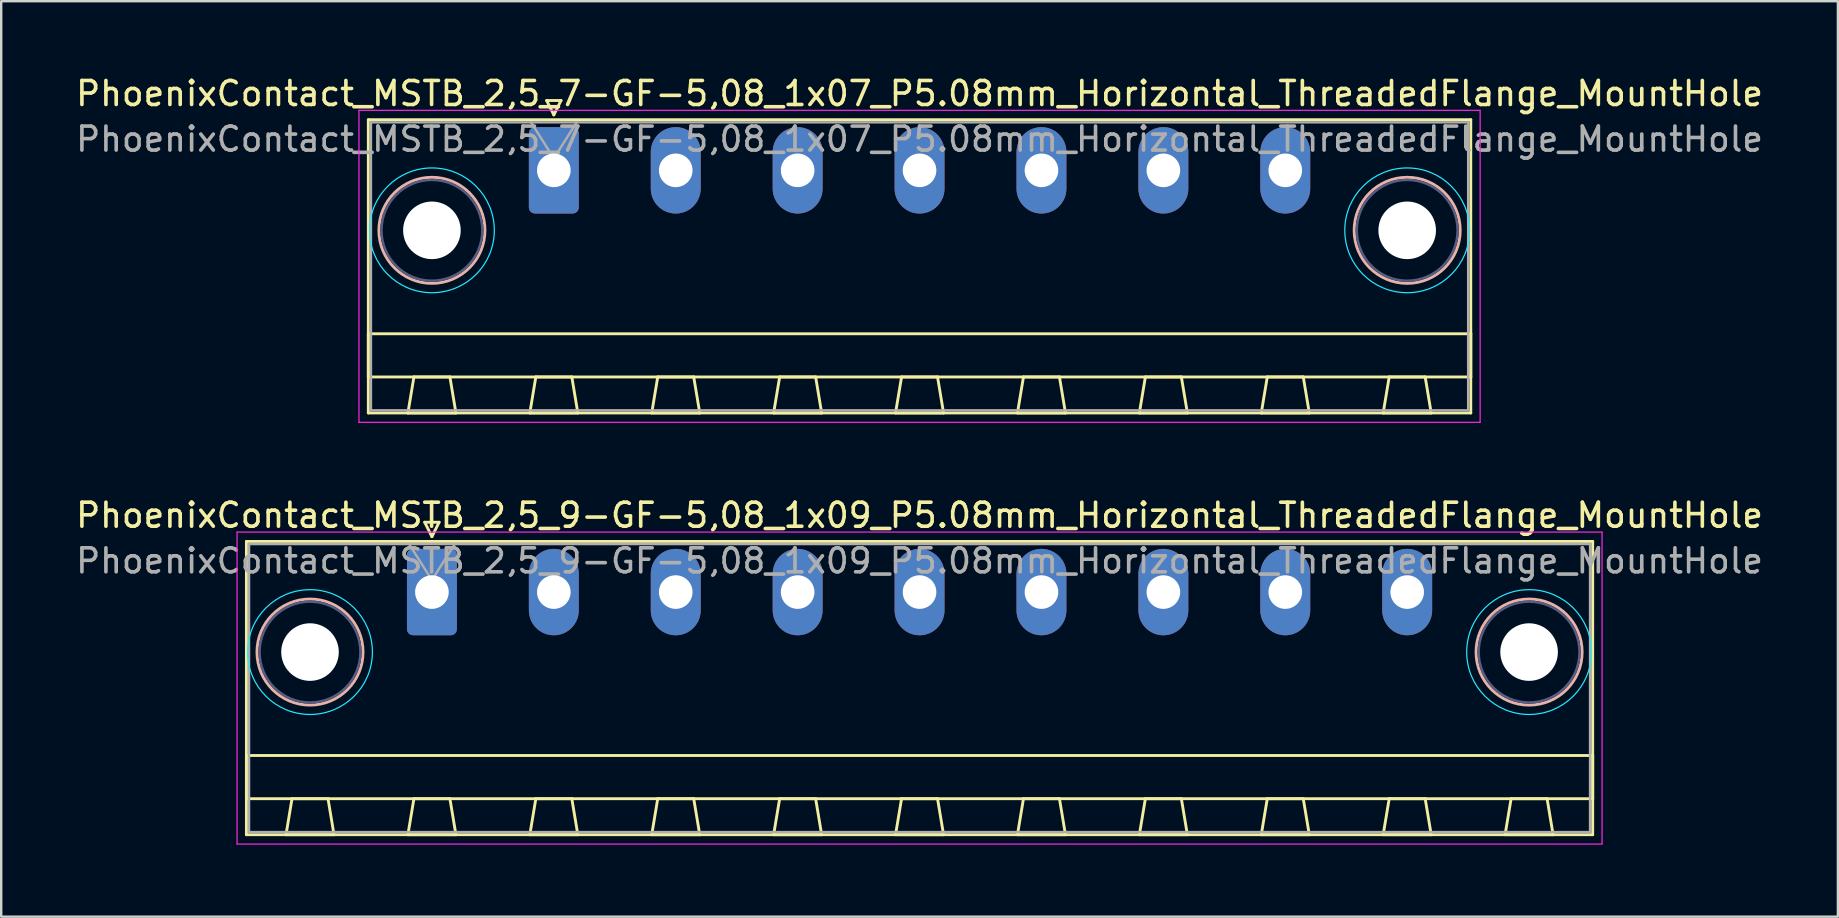
<source format=kicad_pcb>
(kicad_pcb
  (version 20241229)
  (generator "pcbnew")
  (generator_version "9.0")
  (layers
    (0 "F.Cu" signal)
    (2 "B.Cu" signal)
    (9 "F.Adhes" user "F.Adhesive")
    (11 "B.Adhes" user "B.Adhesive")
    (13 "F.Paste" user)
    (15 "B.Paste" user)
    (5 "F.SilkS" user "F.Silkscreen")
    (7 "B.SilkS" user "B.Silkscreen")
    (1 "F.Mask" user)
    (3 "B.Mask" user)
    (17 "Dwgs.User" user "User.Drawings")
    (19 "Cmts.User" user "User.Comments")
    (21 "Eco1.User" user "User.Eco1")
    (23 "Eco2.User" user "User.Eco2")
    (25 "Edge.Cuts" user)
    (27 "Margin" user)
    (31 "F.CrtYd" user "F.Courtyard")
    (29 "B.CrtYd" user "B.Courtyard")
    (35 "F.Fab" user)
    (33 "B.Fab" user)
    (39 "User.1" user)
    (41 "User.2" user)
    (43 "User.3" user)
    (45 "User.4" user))
  (footprint "PhoenixContact_MSTB_2,5_7-GF-5,08_1x07_P5.08mm_Horizontal_ThreadedFlange_MountHole"
    (layer "F.Cu")
    (at 20.028 4.048)
    (property "Reference" "PhoenixContact_MSTB_2,5_7-GF-5,08_1x07_P5.08mm_Horizontal_ThreadedFlange_MountHole" (at 15.24 -3.2 0) (layer "F.SilkS") (effects (font (size 1 1) (thickness 0.15))))
    (attr through_hole)
    (fp_line (start -7.73 -2.11) (end -7.73 10.11) (stroke (width 0.12) (type solid)) (layer "F.SilkS"))
    (fp_line (start -7.73 6.81) (end 38.21 6.81) (stroke (width 0.12) (type solid)) (layer "F.SilkS"))
    (fp_line (start -7.73 8.61) (end -7.73 6.81) (stroke (width 0.12) (type solid)) (layer "F.SilkS"))
    (fp_line (start -7.73 10.11) (end 38.21 10.11) (stroke (width 0.12) (type solid)) (layer "F.SilkS"))
    (fp_line (start -6.08 10.11) (end -4.08 10.11) (stroke (width 0.12) (type solid)) (layer "F.SilkS"))
    (fp_line (start -5.83 8.61) (end -6.08 10.11) (stroke (width 0.12) (type solid)) (layer "F.SilkS"))
    (fp_line (start -4.33 8.61) (end -5.83 8.61) (stroke (width 0.12) (type solid)) (layer "F.SilkS"))
    (fp_line (start -4.08 10.11) (end -4.33 8.61) (stroke (width 0.12) (type solid)) (layer "F.SilkS"))
    (fp_line (start -1 10.11) (end 1 10.11) (stroke (width 0.12) (type solid)) (layer "F.SilkS"))
    (fp_line (start -0.75 8.61) (end -1 10.11) (stroke (width 0.12) (type solid)) (layer "F.SilkS"))
    (fp_line (start -0.3 -2.91) (end 0.3 -2.91) (stroke (width 0.12) (type solid)) (layer "F.SilkS"))
    (fp_line (start 0 -2.31) (end -0.3 -2.91) (stroke (width 0.12) (type solid)) (layer "F.SilkS"))
    (fp_line (start 0.3 -2.91) (end 0 -2.31) (stroke (width 0.12) (type solid)) (layer "F.SilkS"))
    (fp_line (start 0.75 8.61) (end -0.75 8.61) (stroke (width 0.12) (type solid)) (layer "F.SilkS"))
    (fp_line (start 1 10.11) (end 0.75 8.61) (stroke (width 0.12) (type solid)) (layer "F.SilkS"))
    (fp_line (start 4.08 10.11) (end 6.08 10.11) (stroke (width 0.12) (type solid)) (layer "F.SilkS"))
    (fp_line (start 4.33 8.61) (end 4.08 10.11) (stroke (width 0.12) (type solid)) (layer "F.SilkS"))
    (fp_line (start 5.83 8.61) (end 4.33 8.61) (stroke (width 0.12) (type solid)) (layer "F.SilkS"))
    (fp_line (start 6.08 10.11) (end 5.83 8.61) (stroke (width 0.12) (type solid)) (layer "F.SilkS"))
    (fp_line (start 9.16 10.11) (end 11.16 10.11) (stroke (width 0.12) (type solid)) (layer "F.SilkS"))
    (fp_line (start 9.41 8.61) (end 9.16 10.11) (stroke (width 0.12) (type solid)) (layer "F.SilkS"))
    (fp_line (start 10.91 8.61) (end 9.41 8.61) (stroke (width 0.12) (type solid)) (layer "F.SilkS"))
    (fp_line (start 11.16 10.11) (end 10.91 8.61) (stroke (width 0.12) (type solid)) (layer "F.SilkS"))
    (fp_line (start 14.24 10.11) (end 16.24 10.11) (stroke (width 0.12) (type solid)) (layer "F.SilkS"))
    (fp_line (start 14.49 8.61) (end 14.24 10.11) (stroke (width 0.12) (type solid)) (layer "F.SilkS"))
    (fp_line (start 15.99 8.61) (end 14.49 8.61) (stroke (width 0.12) (type solid)) (layer "F.SilkS"))
    (fp_line (start 16.24 10.11) (end 15.99 8.61) (stroke (width 0.12) (type solid)) (layer "F.SilkS"))
    (fp_line (start 19.32 10.11) (end 21.32 10.11) (stroke (width 0.12) (type solid)) (layer "F.SilkS"))
    (fp_line (start 19.57 8.61) (end 19.32 10.11) (stroke (width 0.12) (type solid)) (layer "F.SilkS"))
    (fp_line (start 21.07 8.61) (end 19.57 8.61) (stroke (width 0.12) (type solid)) (layer "F.SilkS"))
    (fp_line (start 21.32 10.11) (end 21.07 8.61) (stroke (width 0.12) (type solid)) (layer "F.SilkS"))
    (fp_line (start 24.4 10.11) (end 26.4 10.11) (stroke (width 0.12) (type solid)) (layer "F.SilkS"))
    (fp_line (start 24.65 8.61) (end 24.4 10.11) (stroke (width 0.12) (type solid)) (layer "F.SilkS"))
    (fp_line (start 26.15 8.61) (end 24.65 8.61) (stroke (width 0.12) (type solid)) (layer "F.SilkS"))
    (fp_line (start 26.4 10.11) (end 26.15 8.61) (stroke (width 0.12) (type solid)) (layer "F.SilkS"))
    (fp_line (start 29.48 10.11) (end 31.48 10.11) (stroke (width 0.12) (type solid)) (layer "F.SilkS"))
    (fp_line (start 29.73 8.61) (end 29.48 10.11) (stroke (width 0.12) (type solid)) (layer "F.SilkS"))
    (fp_line (start 31.23 8.61) (end 29.73 8.61) (stroke (width 0.12) (type solid)) (layer "F.SilkS"))
    (fp_line (start 31.48 10.11) (end 31.23 8.61) (stroke (width 0.12) (type solid)) (layer "F.SilkS"))
    (fp_line (start 34.56 10.11) (end 36.56 10.11) (stroke (width 0.12) (type solid)) (layer "F.SilkS"))
    (fp_line (start 34.81 8.61) (end 34.56 10.11) (stroke (width 0.12) (type solid)) (layer "F.SilkS"))
    (fp_line (start 36.31 8.61) (end 34.81 8.61) (stroke (width 0.12) (type solid)) (layer "F.SilkS"))
    (fp_line (start 36.56 10.11) (end 36.31 8.61) (stroke (width 0.12) (type solid)) (layer "F.SilkS"))
    (fp_line (start 38.21 -2.11) (end -7.73 -2.11) (stroke (width 0.12) (type solid)) (layer "F.SilkS"))
    (fp_line (start 38.21 6.81) (end 38.21 8.61) (stroke (width 0.12) (type solid)) (layer "F.SilkS"))
    (fp_line (start 38.21 8.61) (end -7.73 8.61) (stroke (width 0.12) (type solid)) (layer "F.SilkS"))
    (fp_line (start 38.21 10.11) (end 38.21 -2.11) (stroke (width 0.12) (type solid)) (layer "F.SilkS"))
    (fp_circle (center -5.08 2.5) (end -2.87 2.5) (stroke (width 0.12) (type solid)) (fill no) (layer "B.SilkS"))
    (fp_circle (center 35.56 2.5) (end 37.77 2.5) (stroke (width 0.12) (type solid)) (fill no) (layer "B.SilkS"))
    (fp_circle (center -5.08 2.5) (end -2.48 2.5) (stroke (width 0.05) (type solid)) (fill no) (layer "B.CrtYd"))
    (fp_circle (center 35.56 2.5) (end 38.16 2.5) (stroke (width 0.05) (type solid)) (fill no) (layer "B.CrtYd"))
    (fp_line (start -8.12 -2.5) (end -8.12 10.5) (stroke (width 0.05) (type solid)) (layer "F.CrtYd"))
    (fp_line (start -8.12 10.5) (end 38.6 10.5) (stroke (width 0.05) (type solid)) (layer "F.CrtYd"))
    (fp_line (start 38.6 -2.5) (end -8.12 -2.5) (stroke (width 0.05) (type solid)) (layer "F.CrtYd"))
    (fp_line (start 38.6 10.5) (end 38.6 -2.5) (stroke (width 0.05) (type solid)) (layer "F.CrtYd"))
    (fp_circle (center -5.08 2.5) (end -2.98 2.5) (stroke (width 0.1) (type solid)) (fill no) (layer "B.Fab"))
    (fp_circle (center 35.56 2.5) (end 37.66 2.5) (stroke (width 0.1) (type solid)) (fill no) (layer "B.Fab"))
    (fp_line (start -7.62 -2) (end -7.62 10) (stroke (width 0.1) (type solid)) (layer "F.Fab"))
    (fp_line (start -7.62 10) (end 38.1 10) (stroke (width 0.1) (type solid)) (layer "F.Fab"))
    (fp_line (start 0 -0.5) (end -0.95 -2) (stroke (width 0.1) (type solid)) (layer "F.Fab"))
    (fp_line (start 0.95 -2) (end 0 -0.5) (stroke (width 0.1) (type solid)) (layer "F.Fab"))
    (fp_line (start 38.1 -2) (end -7.62 -2) (stroke (width 0.1) (type solid)) (layer "F.Fab"))
    (fp_line (start 38.1 10) (end 38.1 -2) (stroke (width 0.1) (type solid)) (layer "F.Fab"))
    (fp_text user "${REFERENCE}" (at 15.24 -1.3 0) (layer "F.Fab") (effects (font (size 1 1) (thickness 0.15))))
    (pad "" np_thru_hole circle (at -5.08 2.5) (size 2.4 2.4) (drill 2.4) (layers "*.Cu" "*.Mask"))
    (pad "" np_thru_hole circle (at 35.56 2.5) (size 2.4 2.4) (drill 2.4) (layers "*.Cu" "*.Mask"))
    (pad "1" thru_hole roundrect (at 0 0) (size 2.08 3.6) (drill 1.4) (layers "*.Cu" "*.Mask") (roundrect_rratio 0.12))
    (pad "2" thru_hole oval (at 5.08 0) (size 2.08 3.6) (drill 1.4) (layers "*.Cu" "*.Mask"))
    (pad "3" thru_hole oval (at 10.16 0) (size 2.08 3.6) (drill 1.4) (layers "*.Cu" "*.Mask"))
    (pad "4" thru_hole oval (at 15.24 0) (size 2.08 3.6) (drill 1.4) (layers "*.Cu" "*.Mask"))
    (pad "5" thru_hole oval (at 20.32 0) (size 2.08 3.6) (drill 1.4) (layers "*.Cu" "*.Mask"))
    (pad "6" thru_hole oval (at 25.4 0) (size 2.08 3.6) (drill 1.4) (layers "*.Cu" "*.Mask"))
    (pad "7" thru_hole oval (at 30.48 0) (size 2.08 3.6) (drill 1.4) (layers "*.Cu" "*.Mask")))
  (footprint "PhoenixContact_MSTB_2,5_9-GF-5,08_1x09_P5.08mm_Horizontal_ThreadedFlange_MountHole"
    (layer "F.Cu")
    (at 14.948 21.622)
    (property "Reference" "PhoenixContact_MSTB_2,5_9-GF-5,08_1x09_P5.08mm_Horizontal_ThreadedFlange_MountHole" (at 20.32 -3.2 0) (layer "F.SilkS") (effects (font (size 1 1) (thickness 0.15))))
    (attr through_hole)
    (fp_line (start -7.73 -2.11) (end -7.73 10.11) (stroke (width 0.12) (type solid)) (layer "F.SilkS"))
    (fp_line (start -7.73 6.81) (end 48.37 6.81) (stroke (width 0.12) (type solid)) (layer "F.SilkS"))
    (fp_line (start -7.73 8.61) (end -7.73 6.81) (stroke (width 0.12) (type solid)) (layer "F.SilkS"))
    (fp_line (start -7.73 10.11) (end 48.37 10.11) (stroke (width 0.12) (type solid)) (layer "F.SilkS"))
    (fp_line (start -6.08 10.11) (end -4.08 10.11) (stroke (width 0.12) (type solid)) (layer "F.SilkS"))
    (fp_line (start -5.83 8.61) (end -6.08 10.11) (stroke (width 0.12) (type solid)) (layer "F.SilkS"))
    (fp_line (start -4.33 8.61) (end -5.83 8.61) (stroke (width 0.12) (type solid)) (layer "F.SilkS"))
    (fp_line (start -4.08 10.11) (end -4.33 8.61) (stroke (width 0.12) (type solid)) (layer "F.SilkS"))
    (fp_line (start -1 10.11) (end 1 10.11) (stroke (width 0.12) (type solid)) (layer "F.SilkS"))
    (fp_line (start -0.75 8.61) (end -1 10.11) (stroke (width 0.12) (type solid)) (layer "F.SilkS"))
    (fp_line (start -0.3 -2.91) (end 0.3 -2.91) (stroke (width 0.12) (type solid)) (layer "F.SilkS"))
    (fp_line (start 0 -2.31) (end -0.3 -2.91) (stroke (width 0.12) (type solid)) (layer "F.SilkS"))
    (fp_line (start 0.3 -2.91) (end 0 -2.31) (stroke (width 0.12) (type solid)) (layer "F.SilkS"))
    (fp_line (start 0.75 8.61) (end -0.75 8.61) (stroke (width 0.12) (type solid)) (layer "F.SilkS"))
    (fp_line (start 1 10.11) (end 0.75 8.61) (stroke (width 0.12) (type solid)) (layer "F.SilkS"))
    (fp_line (start 4.08 10.11) (end 6.08 10.11) (stroke (width 0.12) (type solid)) (layer "F.SilkS"))
    (fp_line (start 4.33 8.61) (end 4.08 10.11) (stroke (width 0.12) (type solid)) (layer "F.SilkS"))
    (fp_line (start 5.83 8.61) (end 4.33 8.61) (stroke (width 0.12) (type solid)) (layer "F.SilkS"))
    (fp_line (start 6.08 10.11) (end 5.83 8.61) (stroke (width 0.12) (type solid)) (layer "F.SilkS"))
    (fp_line (start 9.16 10.11) (end 11.16 10.11) (stroke (width 0.12) (type solid)) (layer "F.SilkS"))
    (fp_line (start 9.41 8.61) (end 9.16 10.11) (stroke (width 0.12) (type solid)) (layer "F.SilkS"))
    (fp_line (start 10.91 8.61) (end 9.41 8.61) (stroke (width 0.12) (type solid)) (layer "F.SilkS"))
    (fp_line (start 11.16 10.11) (end 10.91 8.61) (stroke (width 0.12) (type solid)) (layer "F.SilkS"))
    (fp_line (start 14.24 10.11) (end 16.24 10.11) (stroke (width 0.12) (type solid)) (layer "F.SilkS"))
    (fp_line (start 14.49 8.61) (end 14.24 10.11) (stroke (width 0.12) (type solid)) (layer "F.SilkS"))
    (fp_line (start 15.99 8.61) (end 14.49 8.61) (stroke (width 0.12) (type solid)) (layer "F.SilkS"))
    (fp_line (start 16.24 10.11) (end 15.99 8.61) (stroke (width 0.12) (type solid)) (layer "F.SilkS"))
    (fp_line (start 19.32 10.11) (end 21.32 10.11) (stroke (width 0.12) (type solid)) (layer "F.SilkS"))
    (fp_line (start 19.57 8.61) (end 19.32 10.11) (stroke (width 0.12) (type solid)) (layer "F.SilkS"))
    (fp_line (start 21.07 8.61) (end 19.57 8.61) (stroke (width 0.12) (type solid)) (layer "F.SilkS"))
    (fp_line (start 21.32 10.11) (end 21.07 8.61) (stroke (width 0.12) (type solid)) (layer "F.SilkS"))
    (fp_line (start 24.4 10.11) (end 26.4 10.11) (stroke (width 0.12) (type solid)) (layer "F.SilkS"))
    (fp_line (start 24.65 8.61) (end 24.4 10.11) (stroke (width 0.12) (type solid)) (layer "F.SilkS"))
    (fp_line (start 26.15 8.61) (end 24.65 8.61) (stroke (width 0.12) (type solid)) (layer "F.SilkS"))
    (fp_line (start 26.4 10.11) (end 26.15 8.61) (stroke (width 0.12) (type solid)) (layer "F.SilkS"))
    (fp_line (start 29.48 10.11) (end 31.48 10.11) (stroke (width 0.12) (type solid)) (layer "F.SilkS"))
    (fp_line (start 29.73 8.61) (end 29.48 10.11) (stroke (width 0.12) (type solid)) (layer "F.SilkS"))
    (fp_line (start 31.23 8.61) (end 29.73 8.61) (stroke (width 0.12) (type solid)) (layer "F.SilkS"))
    (fp_line (start 31.48 10.11) (end 31.23 8.61) (stroke (width 0.12) (type solid)) (layer "F.SilkS"))
    (fp_line (start 34.56 10.11) (end 36.56 10.11) (stroke (width 0.12) (type solid)) (layer "F.SilkS"))
    (fp_line (start 34.81 8.61) (end 34.56 10.11) (stroke (width 0.12) (type solid)) (layer "F.SilkS"))
    (fp_line (start 36.31 8.61) (end 34.81 8.61) (stroke (width 0.12) (type solid)) (layer "F.SilkS"))
    (fp_line (start 36.56 10.11) (end 36.31 8.61) (stroke (width 0.12) (type solid)) (layer "F.SilkS"))
    (fp_line (start 39.64 10.11) (end 41.64 10.11) (stroke (width 0.12) (type solid)) (layer "F.SilkS"))
    (fp_line (start 39.89 8.61) (end 39.64 10.11) (stroke (width 0.12) (type solid)) (layer "F.SilkS"))
    (fp_line (start 41.39 8.61) (end 39.89 8.61) (stroke (width 0.12) (type solid)) (layer "F.SilkS"))
    (fp_line (start 41.64 10.11) (end 41.39 8.61) (stroke (width 0.12) (type solid)) (layer "F.SilkS"))
    (fp_line (start 44.72 10.11) (end 46.72 10.11) (stroke (width 0.12) (type solid)) (layer "F.SilkS"))
    (fp_line (start 44.97 8.61) (end 44.72 10.11) (stroke (width 0.12) (type solid)) (layer "F.SilkS"))
    (fp_line (start 46.47 8.61) (end 44.97 8.61) (stroke (width 0.12) (type solid)) (layer "F.SilkS"))
    (fp_line (start 46.72 10.11) (end 46.47 8.61) (stroke (width 0.12) (type solid)) (layer "F.SilkS"))
    (fp_line (start 48.37 -2.11) (end -7.73 -2.11) (stroke (width 0.12) (type solid)) (layer "F.SilkS"))
    (fp_line (start 48.37 6.81) (end 48.37 8.61) (stroke (width 0.12) (type solid)) (layer "F.SilkS"))
    (fp_line (start 48.37 8.61) (end -7.73 8.61) (stroke (width 0.12) (type solid)) (layer "F.SilkS"))
    (fp_line (start 48.37 10.11) (end 48.37 -2.11) (stroke (width 0.12) (type solid)) (layer "F.SilkS"))
    (fp_circle (center -5.08 2.5) (end -2.87 2.5) (stroke (width 0.12) (type solid)) (fill no) (layer "B.SilkS"))
    (fp_circle (center 45.72 2.5) (end 47.93 2.5) (stroke (width 0.12) (type solid)) (fill no) (layer "B.SilkS"))
    (fp_circle (center -5.08 2.5) (end -2.48 2.5) (stroke (width 0.05) (type solid)) (fill no) (layer "B.CrtYd"))
    (fp_circle (center 45.72 2.5) (end 48.32 2.5) (stroke (width 0.05) (type solid)) (fill no) (layer "B.CrtYd"))
    (fp_line (start -8.12 -2.5) (end -8.12 10.5) (stroke (width 0.05) (type solid)) (layer "F.CrtYd"))
    (fp_line (start -8.12 10.5) (end 48.76 10.5) (stroke (width 0.05) (type solid)) (layer "F.CrtYd"))
    (fp_line (start 48.76 -2.5) (end -8.12 -2.5) (stroke (width 0.05) (type solid)) (layer "F.CrtYd"))
    (fp_line (start 48.76 10.5) (end 48.76 -2.5) (stroke (width 0.05) (type solid)) (layer "F.CrtYd"))
    (fp_circle (center -5.08 2.5) (end -2.98 2.5) (stroke (width 0.1) (type solid)) (fill no) (layer "B.Fab"))
    (fp_circle (center 45.72 2.5) (end 47.82 2.5) (stroke (width 0.1) (type solid)) (fill no) (layer "B.Fab"))
    (fp_line (start -7.62 -2) (end -7.62 10) (stroke (width 0.1) (type solid)) (layer "F.Fab"))
    (fp_line (start -7.62 10) (end 48.26 10) (stroke (width 0.1) (type solid)) (layer "F.Fab"))
    (fp_line (start 0 -0.5) (end -0.95 -2) (stroke (width 0.1) (type solid)) (layer "F.Fab"))
    (fp_line (start 0.95 -2) (end 0 -0.5) (stroke (width 0.1) (type solid)) (layer "F.Fab"))
    (fp_line (start 48.26 -2) (end -7.62 -2) (stroke (width 0.1) (type solid)) (layer "F.Fab"))
    (fp_line (start 48.26 10) (end 48.26 -2) (stroke (width 0.1) (type solid)) (layer "F.Fab"))
    (fp_text user "${REFERENCE}" (at 20.32 -1.3 0) (layer "F.Fab") (effects (font (size 1 1) (thickness 0.15))))
    (pad "" np_thru_hole circle (at -5.08 2.5) (size 2.4 2.4) (drill 2.4) (layers "*.Cu" "*.Mask"))
    (pad "" np_thru_hole circle (at 45.72 2.5) (size 2.4 2.4) (drill 2.4) (layers "*.Cu" "*.Mask"))
    (pad "1" thru_hole roundrect (at 0 0) (size 2.08 3.6) (drill 1.4) (layers "*.Cu" "*.Mask") (roundrect_rratio 0.12))
    (pad "2" thru_hole oval (at 5.08 0) (size 2.08 3.6) (drill 1.4) (layers "*.Cu" "*.Mask"))
    (pad "3" thru_hole oval (at 10.16 0) (size 2.08 3.6) (drill 1.4) (layers "*.Cu" "*.Mask"))
    (pad "4" thru_hole oval (at 15.24 0) (size 2.08 3.6) (drill 1.4) (layers "*.Cu" "*.Mask"))
    (pad "5" thru_hole oval (at 20.32 0) (size 2.08 3.6) (drill 1.4) (layers "*.Cu" "*.Mask"))
    (pad "6" thru_hole oval (at 25.4 0) (size 2.08 3.6) (drill 1.4) (layers "*.Cu" "*.Mask"))
    (pad "7" thru_hole oval (at 30.48 0) (size 2.08 3.6) (drill 1.4) (layers "*.Cu" "*.Mask"))
    (pad "8" thru_hole oval (at 35.56 0) (size 2.08 3.6) (drill 1.4) (layers "*.Cu" "*.Mask"))
    (pad "9" thru_hole oval (at 40.64 0) (size 2.08 3.6) (drill 1.4) (layers "*.Cu" "*.Mask")))
  (gr_rect
    (start -3 -3)
    (end 73.536 35.147)
    (stroke (width 0.1) (type default))
    (fill no)
    (layer "Edge.Cuts")))
</source>
